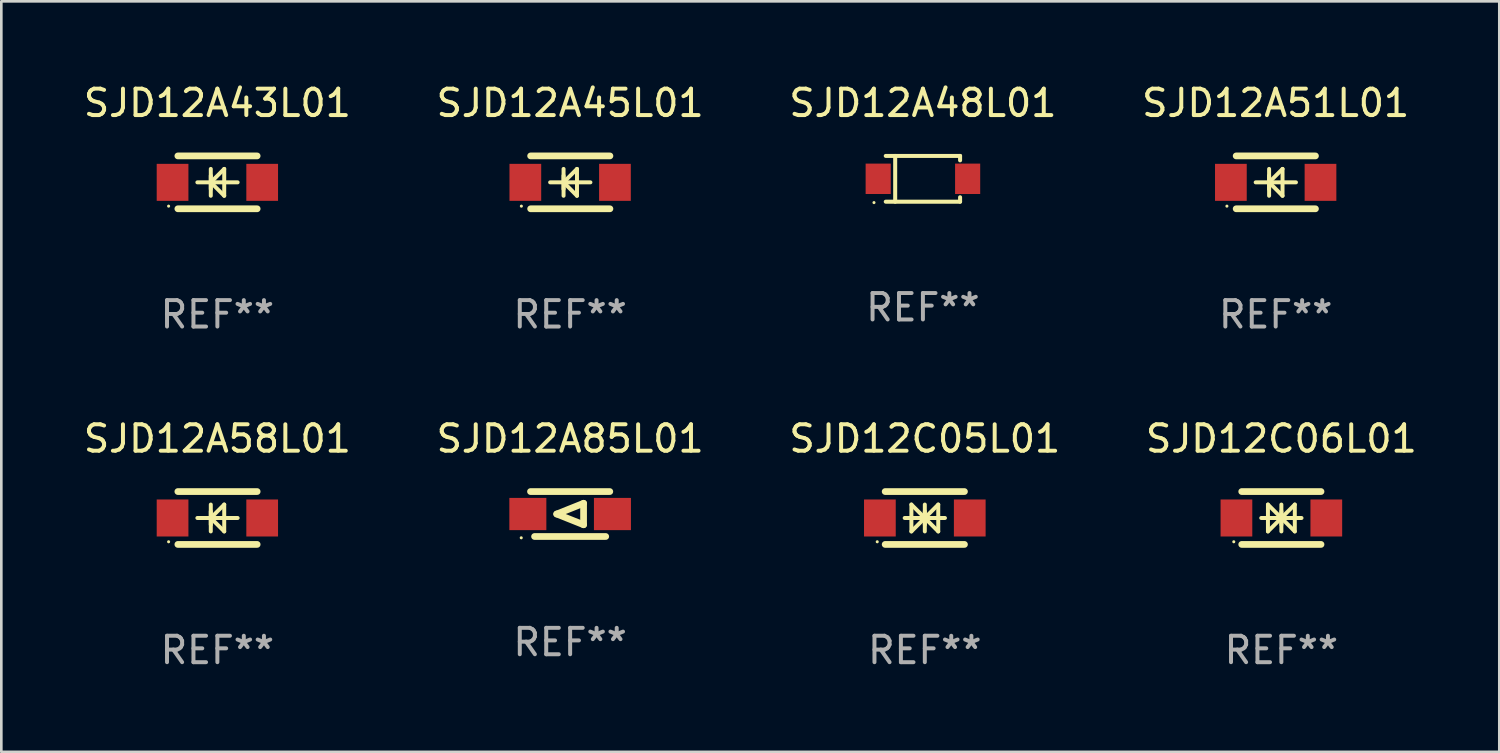
<source format=kicad_pcb>
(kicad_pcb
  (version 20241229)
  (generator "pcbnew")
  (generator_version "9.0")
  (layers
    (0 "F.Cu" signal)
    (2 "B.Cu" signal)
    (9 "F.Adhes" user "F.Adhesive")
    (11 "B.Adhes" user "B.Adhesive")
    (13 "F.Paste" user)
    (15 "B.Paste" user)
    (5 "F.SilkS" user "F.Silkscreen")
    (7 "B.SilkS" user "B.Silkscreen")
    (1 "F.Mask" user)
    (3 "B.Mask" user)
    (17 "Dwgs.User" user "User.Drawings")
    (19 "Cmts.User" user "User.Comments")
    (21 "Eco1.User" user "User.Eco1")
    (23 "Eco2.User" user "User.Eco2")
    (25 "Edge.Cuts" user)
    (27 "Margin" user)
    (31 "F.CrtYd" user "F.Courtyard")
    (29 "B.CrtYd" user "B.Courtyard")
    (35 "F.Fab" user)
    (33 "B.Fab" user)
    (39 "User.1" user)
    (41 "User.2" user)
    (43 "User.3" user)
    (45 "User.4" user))
  (footprint "SJD12C06L01"
    (layer "F.Cu")
    (at 45.423 16.545)
    (property "Reference" "SJD12C06L01" (at 0 -3 0) (layer "F.SilkS") (effects (font (size 1 1) (thickness 0.15))))
    (attr through_hole)
    (fp_line (start -1.5 -1) (end 1.5 -1) (stroke (width 0.254) (type solid)) (layer "F.SilkS"))
    (fp_line (start -1.5 1) (end 1.5 1) (stroke (width 0.254) (type solid)) (layer "F.SilkS"))
    (fp_line (start -0.762 0) (end 0.762 0) (stroke (width 0.15) (type solid)) (layer "F.SilkS"))
    (fp_line (start -0.508 -0.508) (end -0.508 0.508) (stroke (width 0.15) (type solid)) (layer "F.SilkS"))
    (fp_line (start 0 -0.508) (end 0 0.508) (stroke (width 0.15) (type solid)) (layer "F.SilkS"))
    (fp_line (start 0 0) (end -0.508 -0.508) (stroke (width 0.15) (type solid)) (layer "F.SilkS"))
    (fp_line (start 0 0) (end -0.508 0.508) (stroke (width 0.15) (type solid)) (layer "F.SilkS"))
    (fp_line (start 0 0) (end 0.508 -0.508) (stroke (width 0.15) (type solid)) (layer "F.SilkS"))
    (fp_line (start 0 0) (end 0.508 0.508) (stroke (width 0.15) (type solid)) (layer "F.SilkS"))
    (fp_line (start 0 0.254) (end 0 -0.254) (stroke (width 0.15) (type solid)) (layer "F.SilkS"))
    (fp_line (start 0.508 0.508) (end 0.508 -0.508) (stroke (width 0.15) (type solid)) (layer "F.SilkS"))
    (fp_circle (center -1.8 0.9) (end -1.77 0.9) (stroke (width 0.06) (type solid)) (fill no) (layer "F.SilkS"))
    (fp_text user "REF**" (at 0 5 0) (layer "F.Fab") (effects (font (size 1 1) (thickness 0.15))))
    (pad "1" smd rect (at -1.7 0) (size 1.2 1.4) (layers "F.Cu" "F.Mask" "F.Paste"))
    (pad "2" smd rect (at 1.7 0) (size 1.2 1.4) (layers "F.Cu" "F.Mask" "F.Paste")))
  (footprint "SJD12A58L01"
    (layer "F.Cu")
    (at 5.173 16.545)
    (property "Reference" "SJD12A58L01" (at 0 -3 0) (layer "F.SilkS") (effects (font (size 1 1) (thickness 0.15))))
    (attr through_hole)
    (fp_line (start -1.495 -1) (end 1.505 -1) (stroke (width 0.254) (type solid)) (layer "F.SilkS"))
    (fp_line (start -1.495 1) (end 1.505 1) (stroke (width 0.254) (type solid)) (layer "F.SilkS"))
    (fp_line (start -0.757 0) (end 0.767 0) (stroke (width 0.15) (type solid)) (layer "F.SilkS"))
    (fp_line (start -0.249 -0.508) (end -0.249 0.508) (stroke (width 0.15) (type solid)) (layer "F.SilkS"))
    (fp_line (start -0.249 0) (end 0.259 -0.508) (stroke (width 0.15) (type solid)) (layer "F.SilkS"))
    (fp_line (start -0.249 0) (end 0.259 0.508) (stroke (width 0.15) (type solid)) (layer "F.SilkS"))
    (fp_line (start -0.249 0.254) (end -0.249 -0.254) (stroke (width 0.15) (type solid)) (layer "F.SilkS"))
    (fp_line (start 0.259 0.508) (end 0.259 -0.508) (stroke (width 0.15) (type solid)) (layer "F.SilkS"))
    (fp_circle (center -1.845 0.9) (end -1.815 0.9) (stroke (width 0.06) (type solid)) (fill no) (layer "F.SilkS"))
    (fp_text user "REF**" (at 0 5 0) (layer "F.Fab") (effects (font (size 1 1) (thickness 0.15))))
    (pad "1" smd rect (at -1.695 0) (size 1.2 1.4) (layers "F.Cu" "F.Mask" "F.Paste"))
    (pad "2" smd rect (at 1.695 0) (size 1.2 1.4) (layers "F.Cu" "F.Mask" "F.Paste")))
  (footprint "SJD12A51L01"
    (layer "F.Cu")
    (at 45.208 3.848)
    (property "Reference" "SJD12A51L01" (at 0 -3 0) (layer "F.SilkS") (effects (font (size 1 1) (thickness 0.15))))
    (attr through_hole)
    (fp_line (start -1.495 -1) (end 1.505 -1) (stroke (width 0.254) (type solid)) (layer "F.SilkS"))
    (fp_line (start -1.495 1) (end 1.505 1) (stroke (width 0.254) (type solid)) (layer "F.SilkS"))
    (fp_line (start -0.757 0) (end 0.767 0) (stroke (width 0.15) (type solid)) (layer "F.SilkS"))
    (fp_line (start -0.249 -0.508) (end -0.249 0.508) (stroke (width 0.15) (type solid)) (layer "F.SilkS"))
    (fp_line (start -0.249 0) (end 0.259 -0.508) (stroke (width 0.15) (type solid)) (layer "F.SilkS"))
    (fp_line (start -0.249 0) (end 0.259 0.508) (stroke (width 0.15) (type solid)) (layer "F.SilkS"))
    (fp_line (start -0.249 0.254) (end -0.249 -0.254) (stroke (width 0.15) (type solid)) (layer "F.SilkS"))
    (fp_line (start 0.259 0.508) (end 0.259 -0.508) (stroke (width 0.15) (type solid)) (layer "F.SilkS"))
    (fp_circle (center -1.845 0.9) (end -1.815 0.9) (stroke (width 0.06) (type solid)) (fill no) (layer "F.SilkS"))
    (fp_text user "REF**" (at 0 5 0) (layer "F.Fab") (effects (font (size 1 1) (thickness 0.15))))
    (pad "1" smd rect (at -1.695 0) (size 1.2 1.4) (layers "F.Cu" "F.Mask" "F.Paste"))
    (pad "2" smd rect (at 1.695 0) (size 1.2 1.4) (layers "F.Cu" "F.Mask" "F.Paste")))
  (footprint "SJD12A43L01"
    (layer "F.Cu")
    (at 5.173 3.848)
    (property "Reference" "SJD12A43L01" (at 0 -3 0) (layer "F.SilkS") (effects (font (size 1 1) (thickness 0.15))))
    (attr through_hole)
    (fp_line (start -1.495 -1) (end 1.505 -1) (stroke (width 0.254) (type solid)) (layer "F.SilkS"))
    (fp_line (start -1.495 1) (end 1.505 1) (stroke (width 0.254) (type solid)) (layer "F.SilkS"))
    (fp_line (start -0.757 0) (end 0.767 0) (stroke (width 0.15) (type solid)) (layer "F.SilkS"))
    (fp_line (start -0.249 -0.508) (end -0.249 0.508) (stroke (width 0.15) (type solid)) (layer "F.SilkS"))
    (fp_line (start -0.249 0) (end 0.259 -0.508) (stroke (width 0.15) (type solid)) (layer "F.SilkS"))
    (fp_line (start -0.249 0) (end 0.259 0.508) (stroke (width 0.15) (type solid)) (layer "F.SilkS"))
    (fp_line (start -0.249 0.254) (end -0.249 -0.254) (stroke (width 0.15) (type solid)) (layer "F.SilkS"))
    (fp_line (start 0.259 0.508) (end 0.259 -0.508) (stroke (width 0.15) (type solid)) (layer "F.SilkS"))
    (fp_circle (center -1.845 0.9) (end -1.815 0.9) (stroke (width 0.06) (type solid)) (fill no) (layer "F.SilkS"))
    (fp_text user "REF**" (at 0 5 0) (layer "F.Fab") (effects (font (size 1 1) (thickness 0.15))))
    (pad "1" smd rect (at -1.695 0) (size 1.2 1.4) (layers "F.Cu" "F.Mask" "F.Paste"))
    (pad "2" smd rect (at 1.695 0) (size 1.2 1.4) (layers "F.Cu" "F.Mask" "F.Paste")))
  (footprint "SJD12A85L01"
    (layer "F.Cu")
    (at 18.518 16.395)
    (property "Reference" "SJD12A85L01" (at 0 -2.85 0) (layer "F.SilkS") (effects (font (size 1 1) (thickness 0.15))))
    (attr through_hole)
    (fp_line (start -1.346 0.85) (end 1.346 0.85) (stroke (width 0.254) (type solid)) (layer "F.SilkS"))
    (fp_line (start -0.508 0) (end 0.508 -0.406) (stroke (width 0.254) (type solid)) (layer "F.SilkS"))
    (fp_line (start 0.508 -0.406) (end 0.508 0.406) (stroke (width 0.254) (type solid)) (layer "F.SilkS"))
    (fp_line (start 0.508 0.406) (end -0.508 0) (stroke (width 0.254) (type solid)) (layer "F.SilkS"))
    (fp_line (start 1.5 -0.85) (end -1.5 -0.85) (stroke (width 0.254) (type solid)) (layer "F.SilkS"))
    (fp_circle (center -1.85 0.9) (end -1.82 0.9) (stroke (width 0.06) (type solid)) (fill no) (layer "F.SilkS"))
    (fp_text user "REF**" (at 0 4.85 0) (layer "F.Fab") (effects (font (size 1 1) (thickness 0.15))))
    (pad "1" smd rect (at -1.6 0) (size 1.4 1.219) (layers "F.Cu" "F.Mask" "F.Paste"))
    (pad "2" smd rect (at 1.6 0) (size 1.4 1.219) (layers "F.Cu" "F.Mask" "F.Paste")))
  (footprint "SJD12C05L01"
    (layer "F.Cu")
    (at 31.935 16.545)
    (property "Reference" "SJD12C05L01" (at 0 -3 0) (layer "F.SilkS") (effects (font (size 1 1) (thickness 0.15))))
    (attr through_hole)
    (fp_line (start -1.5 -1) (end 1.5 -1) (stroke (width 0.254) (type solid)) (layer "F.SilkS"))
    (fp_line (start -1.5 1) (end 1.5 1) (stroke (width 0.254) (type solid)) (layer "F.SilkS"))
    (fp_line (start -0.762 0) (end 0.762 0) (stroke (width 0.15) (type solid)) (layer "F.SilkS"))
    (fp_line (start -0.508 -0.508) (end -0.508 0.508) (stroke (width 0.15) (type solid)) (layer "F.SilkS"))
    (fp_line (start 0 -0.508) (end 0 0.508) (stroke (width 0.15) (type solid)) (layer "F.SilkS"))
    (fp_line (start 0 0) (end -0.508 -0.508) (stroke (width 0.15) (type solid)) (layer "F.SilkS"))
    (fp_line (start 0 0) (end -0.508 0.508) (stroke (width 0.15) (type solid)) (layer "F.SilkS"))
    (fp_line (start 0 0) (end 0.508 -0.508) (stroke (width 0.15) (type solid)) (layer "F.SilkS"))
    (fp_line (start 0 0) (end 0.508 0.508) (stroke (width 0.15) (type solid)) (layer "F.SilkS"))
    (fp_line (start 0 0.254) (end 0 -0.254) (stroke (width 0.15) (type solid)) (layer "F.SilkS"))
    (fp_line (start 0.508 0.508) (end 0.508 -0.508) (stroke (width 0.15) (type solid)) (layer "F.SilkS"))
    (fp_circle (center -1.8 0.9) (end -1.77 0.9) (stroke (width 0.06) (type solid)) (fill no) (layer "F.SilkS"))
    (fp_text user "REF**" (at 0 5 0) (layer "F.Fab") (effects (font (size 1 1) (thickness 0.15))))
    (pad "1" smd rect (at -1.7 0) (size 1.2 1.4) (layers "F.Cu" "F.Mask" "F.Paste"))
    (pad "2" smd rect (at 1.7 0) (size 1.2 1.4) (layers "F.Cu" "F.Mask" "F.Paste")))
  (footprint "SJD12A48L01"
    (layer "F.Cu")
    (at 31.863 3.714)
    (property "Reference" "SJD12A48L01" (at 0 -2.866 0) (layer "F.SilkS") (effects (font (size 1 1) (thickness 0.15))))
    (attr through_hole)
    (fp_line (start -1.406 -0.866) (end 1.406 -0.866) (stroke (width 0.152) (type solid)) (layer "F.SilkS"))
    (fp_line (start -1.406 0.866) (end 1.406 0.866) (stroke (width 0.152) (type solid)) (layer "F.SilkS"))
    (fp_line (start -1.049 -0.866) (end -1.049 0.866) (stroke (width 0.152) (type solid)) (layer "F.SilkS"))
    (fp_line (start 1.406 -0.866) (end 1.406 -0.698) (stroke (width 0.152) (type solid)) (layer "F.SilkS"))
    (fp_line (start 1.406 0.866) (end 1.406 0.698) (stroke (width 0.152) (type solid)) (layer "F.SilkS"))
    (fp_circle (center -1.851 0.9) (end -1.821 0.9) (stroke (width 0.06) (type solid)) (fill no) (layer "F.SilkS"))
    (fp_text user "REF**" (at 0 4.866 0) (layer "F.Fab") (effects (font (size 1 1) (thickness 0.15))))
    (pad "1" smd rect (at -1.692 0) (size 0.95 1.15) (layers "F.Cu" "F.Mask" "F.Paste"))
    (pad "2" smd rect (at 1.692 0) (size 0.95 1.15) (layers "F.Cu" "F.Mask" "F.Paste")))
  (footprint "SJD12A45L01"
    (layer "F.Cu")
    (at 18.518 3.848)
    (property "Reference" "SJD12A45L01" (at 0 -3 0) (layer "F.SilkS") (effects (font (size 1 1) (thickness 0.15))))
    (attr through_hole)
    (fp_line (start -1.495 -1) (end 1.505 -1) (stroke (width 0.254) (type solid)) (layer "F.SilkS"))
    (fp_line (start -1.495 1) (end 1.505 1) (stroke (width 0.254) (type solid)) (layer "F.SilkS"))
    (fp_line (start -0.757 0) (end 0.767 0) (stroke (width 0.15) (type solid)) (layer "F.SilkS"))
    (fp_line (start -0.249 -0.508) (end -0.249 0.508) (stroke (width 0.15) (type solid)) (layer "F.SilkS"))
    (fp_line (start -0.249 0) (end 0.259 -0.508) (stroke (width 0.15) (type solid)) (layer "F.SilkS"))
    (fp_line (start -0.249 0) (end 0.259 0.508) (stroke (width 0.15) (type solid)) (layer "F.SilkS"))
    (fp_line (start -0.249 0.254) (end -0.249 -0.254) (stroke (width 0.15) (type solid)) (layer "F.SilkS"))
    (fp_line (start 0.259 0.508) (end 0.259 -0.508) (stroke (width 0.15) (type solid)) (layer "F.SilkS"))
    (fp_circle (center -1.845 0.9) (end -1.815 0.9) (stroke (width 0.06) (type solid)) (fill no) (layer "F.SilkS"))
    (fp_text user "REF**" (at 0 5 0) (layer "F.Fab") (effects (font (size 1 1) (thickness 0.15))))
    (pad "1" smd rect (at -1.695 0) (size 1.2 1.4) (layers "F.Cu" "F.Mask" "F.Paste"))
    (pad "2" smd rect (at 1.695 0) (size 1.2 1.4) (layers "F.Cu" "F.Mask" "F.Paste")))
  (gr_rect
    (start -3 -3)
    (end 53.667 25.393)
    (stroke (width 0.1) (type default))
    (fill no)
    (layer "Edge.Cuts")))
</source>
